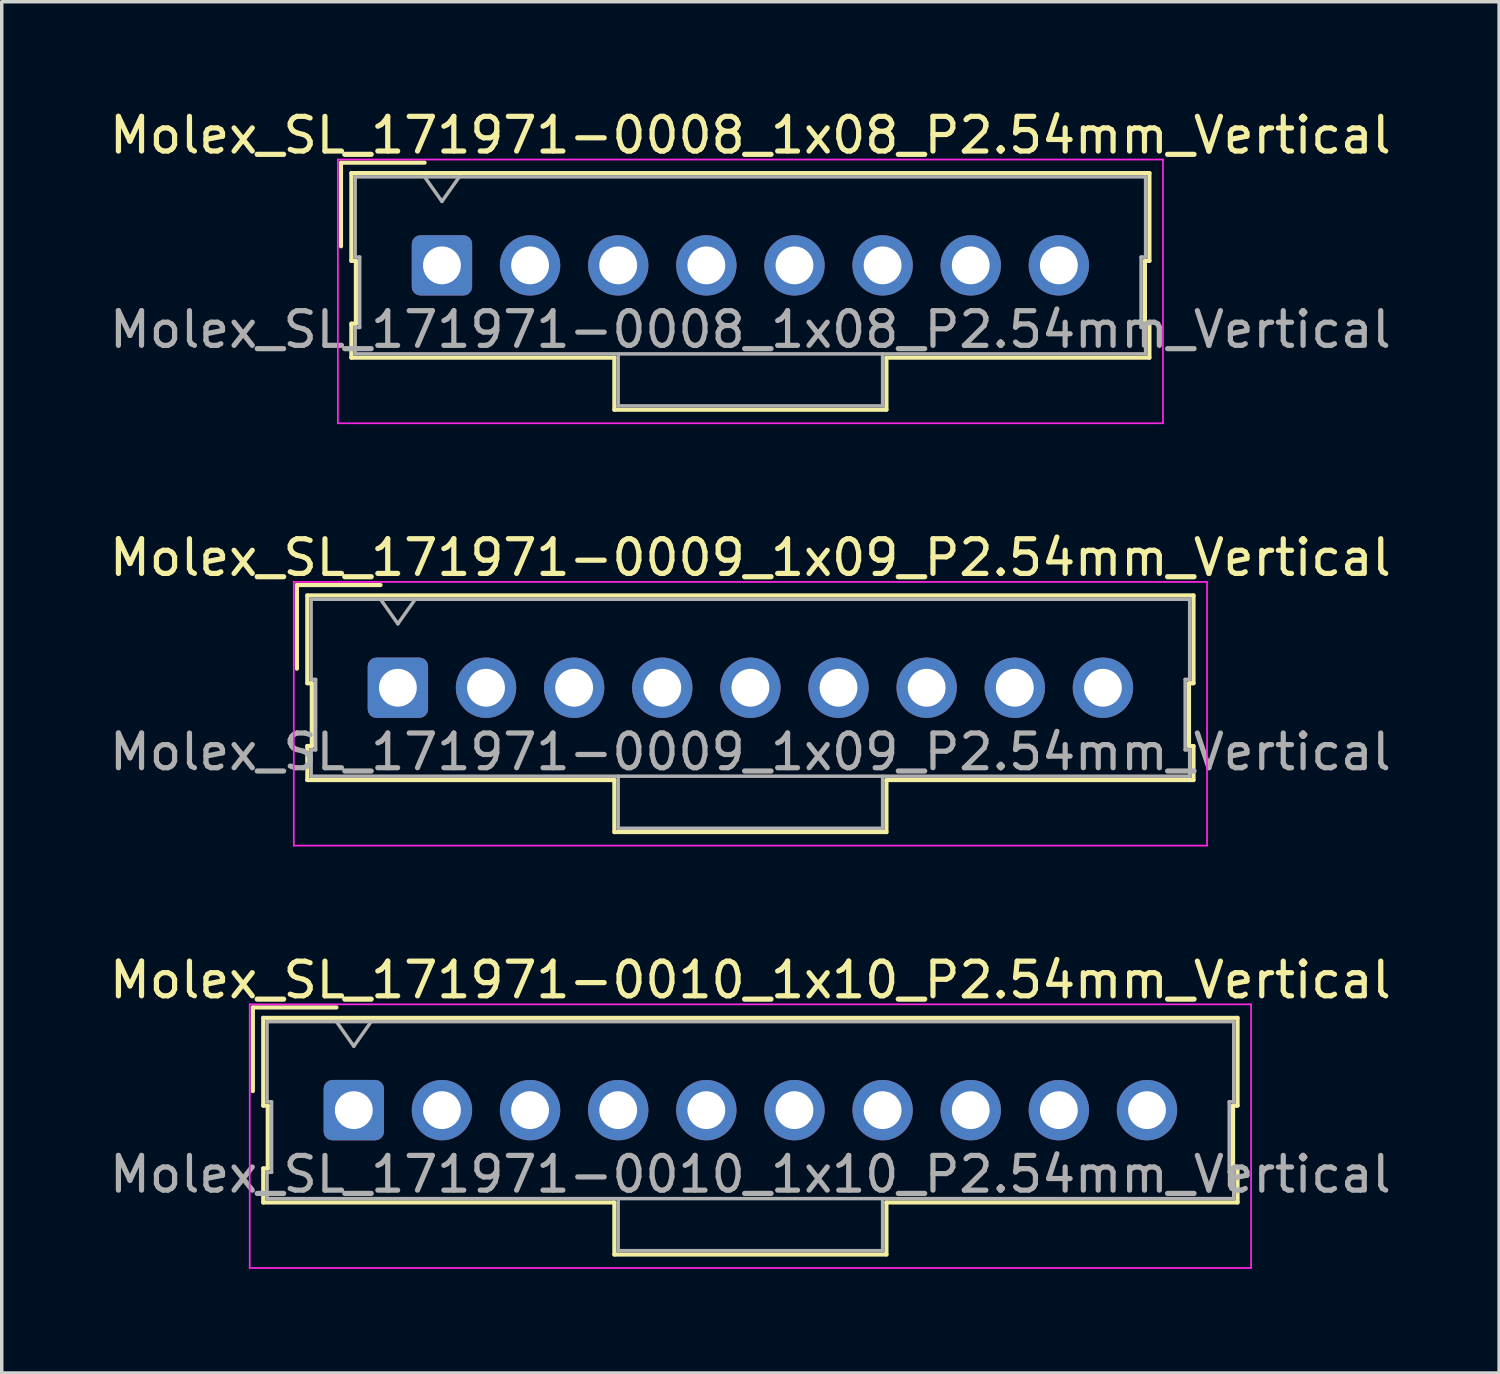
<source format=kicad_pcb>
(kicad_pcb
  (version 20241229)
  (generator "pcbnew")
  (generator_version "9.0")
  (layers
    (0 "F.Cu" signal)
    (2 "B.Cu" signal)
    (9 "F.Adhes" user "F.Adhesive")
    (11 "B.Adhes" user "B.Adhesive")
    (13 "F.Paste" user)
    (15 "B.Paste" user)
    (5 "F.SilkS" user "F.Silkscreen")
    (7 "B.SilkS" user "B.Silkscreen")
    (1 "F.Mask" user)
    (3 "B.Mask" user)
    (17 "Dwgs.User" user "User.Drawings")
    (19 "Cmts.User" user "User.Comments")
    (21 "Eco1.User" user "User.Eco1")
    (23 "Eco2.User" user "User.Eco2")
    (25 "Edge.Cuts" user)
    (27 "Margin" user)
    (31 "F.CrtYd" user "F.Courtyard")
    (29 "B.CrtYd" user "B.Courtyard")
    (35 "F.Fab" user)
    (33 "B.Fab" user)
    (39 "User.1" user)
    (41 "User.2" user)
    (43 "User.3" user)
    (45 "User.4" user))
  (footprint "Molex_SL_171971-0009_1x09_P2.54mm_Vertical"
    (layer "F.Cu")
    (at 8.417 16.771)
    (property "Reference" "Molex_SL_171971-0009_1x09_P2.54mm_Vertical" (at 10.16 -3.75 0) (layer "F.SilkS") (effects (font (size 1 1) (thickness 0.15))))
    (attr through_hole)
    (fp_line (start -2.91 -2.96) (end -0.5 -2.96) (stroke (width 0.12) (type solid)) (layer "F.SilkS"))
    (fp_line (start -2.91 -0.55) (end -2.91 -2.96) (stroke (width 0.12) (type solid)) (layer "F.SilkS"))
    (fp_line (start -2.61 -2.66) (end -2.61 -0.13) (stroke (width 0.12) (type solid)) (layer "F.SilkS"))
    (fp_line (start -2.61 -0.13) (end -2.48 -0.13) (stroke (width 0.12) (type solid)) (layer "F.SilkS"))
    (fp_line (start -2.61 1.68) (end -2.61 2.66) (stroke (width 0.12) (type solid)) (layer "F.SilkS"))
    (fp_line (start -2.61 2.66) (end 6.24 2.66) (stroke (width 0.12) (type solid)) (layer "F.SilkS"))
    (fp_line (start -2.48 -0.13) (end -2.48 1.68) (stroke (width 0.12) (type solid)) (layer "F.SilkS"))
    (fp_line (start -2.48 1.68) (end -2.61 1.68) (stroke (width 0.12) (type solid)) (layer "F.SilkS"))
    (fp_line (start 6.24 2.66) (end 6.24 4.16) (stroke (width 0.12) (type solid)) (layer "F.SilkS"))
    (fp_line (start 6.24 4.16) (end 14.08 4.16) (stroke (width 0.12) (type solid)) (layer "F.SilkS"))
    (fp_line (start 14.08 2.66) (end 22.93 2.66) (stroke (width 0.12) (type solid)) (layer "F.SilkS"))
    (fp_line (start 14.08 4.16) (end 14.08 2.66) (stroke (width 0.12) (type solid)) (layer "F.SilkS"))
    (fp_line (start 22.8 -0.13) (end 22.93 -0.13) (stroke (width 0.12) (type solid)) (layer "F.SilkS"))
    (fp_line (start 22.8 1.68) (end 22.8 -0.13) (stroke (width 0.12) (type solid)) (layer "F.SilkS"))
    (fp_line (start 22.93 -2.66) (end -2.61 -2.66) (stroke (width 0.12) (type solid)) (layer "F.SilkS"))
    (fp_line (start 22.93 -0.13) (end 22.93 -2.66) (stroke (width 0.12) (type solid)) (layer "F.SilkS"))
    (fp_line (start 22.93 1.68) (end 22.8 1.68) (stroke (width 0.12) (type solid)) (layer "F.SilkS"))
    (fp_line (start 22.93 2.66) (end 22.93 1.68) (stroke (width 0.12) (type solid)) (layer "F.SilkS"))
    (fp_line (start -3 -3.05) (end -3 4.55) (stroke (width 0.05) (type solid)) (layer "F.CrtYd"))
    (fp_line (start -3 4.55) (end 23.32 4.55) (stroke (width 0.05) (type solid)) (layer "F.CrtYd"))
    (fp_line (start 23.32 -3.05) (end -3 -3.05) (stroke (width 0.05) (type solid)) (layer "F.CrtYd"))
    (fp_line (start 23.32 4.55) (end 23.32 -3.05) (stroke (width 0.05) (type solid)) (layer "F.CrtYd"))
    (fp_line (start -2.5 -2.55) (end -2.5 -0.24) (stroke (width 0.1) (type solid)) (layer "F.Fab"))
    (fp_line (start -2.5 -0.24) (end -2.37 -0.24) (stroke (width 0.1) (type solid)) (layer "F.Fab"))
    (fp_line (start -2.5 1.79) (end -2.5 2.55) (stroke (width 0.1) (type solid)) (layer "F.Fab"))
    (fp_line (start -2.5 2.55) (end 22.82 2.55) (stroke (width 0.1) (type solid)) (layer "F.Fab"))
    (fp_line (start -2.37 -0.24) (end -2.37 1.79) (stroke (width 0.1) (type solid)) (layer "F.Fab"))
    (fp_line (start -2.37 1.79) (end -2.5 1.79) (stroke (width 0.1) (type solid)) (layer "F.Fab"))
    (fp_line (start 0 -1.843) (end -0.5 -2.55) (stroke (width 0.1) (type solid)) (layer "F.Fab"))
    (fp_line (start 0.5 -2.55) (end 0 -1.843) (stroke (width 0.1) (type solid)) (layer "F.Fab"))
    (fp_line (start 6.35 2.55) (end 6.35 4.05) (stroke (width 0.1) (type solid)) (layer "F.Fab"))
    (fp_line (start 6.35 4.05) (end 13.97 4.05) (stroke (width 0.1) (type solid)) (layer "F.Fab"))
    (fp_line (start 13.97 4.05) (end 13.97 2.55) (stroke (width 0.1) (type solid)) (layer "F.Fab"))
    (fp_line (start 22.69 -0.24) (end 22.82 -0.24) (stroke (width 0.1) (type solid)) (layer "F.Fab"))
    (fp_line (start 22.69 1.79) (end 22.69 -0.24) (stroke (width 0.1) (type solid)) (layer "F.Fab"))
    (fp_line (start 22.82 -2.55) (end -2.5 -2.55) (stroke (width 0.1) (type solid)) (layer "F.Fab"))
    (fp_line (start 22.82 -0.24) (end 22.82 -2.55) (stroke (width 0.1) (type solid)) (layer "F.Fab"))
    (fp_line (start 22.82 1.79) (end 22.69 1.79) (stroke (width 0.1) (type solid)) (layer "F.Fab"))
    (fp_line (start 22.82 2.55) (end 22.82 1.79) (stroke (width 0.1) (type solid)) (layer "F.Fab"))
    (fp_text user "${REFERENCE}" (at 10.16 1.85 0) (layer "F.Fab") (effects (font (size 1 1) (thickness 0.15))))
    (pad "1" thru_hole roundrect (at 0 0) (size 1.74 1.74) (drill 1.09) (layers "*.Cu" "*.Mask") (roundrect_rratio 0.144))
    (pad "2" thru_hole circle (at 2.54 0) (size 1.74 1.74) (drill 1.09) (layers "*.Cu" "*.Mask"))
    (pad "3" thru_hole circle (at 5.08 0) (size 1.74 1.74) (drill 1.09) (layers "*.Cu" "*.Mask"))
    (pad "4" thru_hole circle (at 7.62 0) (size 1.74 1.74) (drill 1.09) (layers "*.Cu" "*.Mask"))
    (pad "5" thru_hole circle (at 10.16 0) (size 1.74 1.74) (drill 1.09) (layers "*.Cu" "*.Mask"))
    (pad "6" thru_hole circle (at 12.7 0) (size 1.74 1.74) (drill 1.09) (layers "*.Cu" "*.Mask"))
    (pad "7" thru_hole circle (at 15.24 0) (size 1.74 1.74) (drill 1.09) (layers "*.Cu" "*.Mask"))
    (pad "8" thru_hole circle (at 17.78 0) (size 1.74 1.74) (drill 1.09) (layers "*.Cu" "*.Mask"))
    (pad "9" thru_hole circle (at 20.32 0) (size 1.74 1.74) (drill 1.09) (layers "*.Cu" "*.Mask")))
  (footprint "Molex_SL_171971-0008_1x08_P2.54mm_Vertical"
    (layer "F.Cu")
    (at 9.687 4.598)
    (property "Reference" "Molex_SL_171971-0008_1x08_P2.54mm_Vertical" (at 8.89 -3.75 0) (layer "F.SilkS") (effects (font (size 1 1) (thickness 0.15))))
    (attr through_hole)
    (fp_line (start -2.91 -2.96) (end -0.5 -2.96) (stroke (width 0.12) (type solid)) (layer "F.SilkS"))
    (fp_line (start -2.91 -0.55) (end -2.91 -2.96) (stroke (width 0.12) (type solid)) (layer "F.SilkS"))
    (fp_line (start -2.61 -2.66) (end -2.61 -0.13) (stroke (width 0.12) (type solid)) (layer "F.SilkS"))
    (fp_line (start -2.61 -0.13) (end -2.48 -0.13) (stroke (width 0.12) (type solid)) (layer "F.SilkS"))
    (fp_line (start -2.61 1.68) (end -2.61 2.66) (stroke (width 0.12) (type solid)) (layer "F.SilkS"))
    (fp_line (start -2.61 2.66) (end 4.97 2.66) (stroke (width 0.12) (type solid)) (layer "F.SilkS"))
    (fp_line (start -2.48 -0.13) (end -2.48 1.68) (stroke (width 0.12) (type solid)) (layer "F.SilkS"))
    (fp_line (start -2.48 1.68) (end -2.61 1.68) (stroke (width 0.12) (type solid)) (layer "F.SilkS"))
    (fp_line (start 4.97 2.66) (end 4.97 4.16) (stroke (width 0.12) (type solid)) (layer "F.SilkS"))
    (fp_line (start 4.97 4.16) (end 12.81 4.16) (stroke (width 0.12) (type solid)) (layer "F.SilkS"))
    (fp_line (start 12.81 2.66) (end 20.39 2.66) (stroke (width 0.12) (type solid)) (layer "F.SilkS"))
    (fp_line (start 12.81 4.16) (end 12.81 2.66) (stroke (width 0.12) (type solid)) (layer "F.SilkS"))
    (fp_line (start 20.26 -0.13) (end 20.39 -0.13) (stroke (width 0.12) (type solid)) (layer "F.SilkS"))
    (fp_line (start 20.26 1.68) (end 20.26 -0.13) (stroke (width 0.12) (type solid)) (layer "F.SilkS"))
    (fp_line (start 20.39 -2.66) (end -2.61 -2.66) (stroke (width 0.12) (type solid)) (layer "F.SilkS"))
    (fp_line (start 20.39 -0.13) (end 20.39 -2.66) (stroke (width 0.12) (type solid)) (layer "F.SilkS"))
    (fp_line (start 20.39 1.68) (end 20.26 1.68) (stroke (width 0.12) (type solid)) (layer "F.SilkS"))
    (fp_line (start 20.39 2.66) (end 20.39 1.68) (stroke (width 0.12) (type solid)) (layer "F.SilkS"))
    (fp_line (start -3 -3.05) (end -3 4.55) (stroke (width 0.05) (type solid)) (layer "F.CrtYd"))
    (fp_line (start -3 4.55) (end 20.78 4.55) (stroke (width 0.05) (type solid)) (layer "F.CrtYd"))
    (fp_line (start 20.78 -3.05) (end -3 -3.05) (stroke (width 0.05) (type solid)) (layer "F.CrtYd"))
    (fp_line (start 20.78 4.55) (end 20.78 -3.05) (stroke (width 0.05) (type solid)) (layer "F.CrtYd"))
    (fp_line (start -2.5 -2.55) (end -2.5 -0.24) (stroke (width 0.1) (type solid)) (layer "F.Fab"))
    (fp_line (start -2.5 -0.24) (end -2.37 -0.24) (stroke (width 0.1) (type solid)) (layer "F.Fab"))
    (fp_line (start -2.5 1.79) (end -2.5 2.55) (stroke (width 0.1) (type solid)) (layer "F.Fab"))
    (fp_line (start -2.5 2.55) (end 20.28 2.55) (stroke (width 0.1) (type solid)) (layer "F.Fab"))
    (fp_line (start -2.37 -0.24) (end -2.37 1.79) (stroke (width 0.1) (type solid)) (layer "F.Fab"))
    (fp_line (start -2.37 1.79) (end -2.5 1.79) (stroke (width 0.1) (type solid)) (layer "F.Fab"))
    (fp_line (start 0 -1.843) (end -0.5 -2.55) (stroke (width 0.1) (type solid)) (layer "F.Fab"))
    (fp_line (start 0.5 -2.55) (end 0 -1.843) (stroke (width 0.1) (type solid)) (layer "F.Fab"))
    (fp_line (start 5.08 2.55) (end 5.08 4.05) (stroke (width 0.1) (type solid)) (layer "F.Fab"))
    (fp_line (start 5.08 4.05) (end 12.7 4.05) (stroke (width 0.1) (type solid)) (layer "F.Fab"))
    (fp_line (start 12.7 4.05) (end 12.7 2.55) (stroke (width 0.1) (type solid)) (layer "F.Fab"))
    (fp_line (start 20.15 -0.24) (end 20.28 -0.24) (stroke (width 0.1) (type solid)) (layer "F.Fab"))
    (fp_line (start 20.15 1.79) (end 20.15 -0.24) (stroke (width 0.1) (type solid)) (layer "F.Fab"))
    (fp_line (start 20.28 -2.55) (end -2.5 -2.55) (stroke (width 0.1) (type solid)) (layer "F.Fab"))
    (fp_line (start 20.28 -0.24) (end 20.28 -2.55) (stroke (width 0.1) (type solid)) (layer "F.Fab"))
    (fp_line (start 20.28 1.79) (end 20.15 1.79) (stroke (width 0.1) (type solid)) (layer "F.Fab"))
    (fp_line (start 20.28 2.55) (end 20.28 1.79) (stroke (width 0.1) (type solid)) (layer "F.Fab"))
    (fp_text user "${REFERENCE}" (at 8.89 1.85 0) (layer "F.Fab") (effects (font (size 1 1) (thickness 0.15))))
    (pad "1" thru_hole roundrect (at 0 0) (size 1.74 1.74) (drill 1.09) (layers "*.Cu" "*.Mask") (roundrect_rratio 0.144))
    (pad "2" thru_hole circle (at 2.54 0) (size 1.74 1.74) (drill 1.09) (layers "*.Cu" "*.Mask"))
    (pad "3" thru_hole circle (at 5.08 0) (size 1.74 1.74) (drill 1.09) (layers "*.Cu" "*.Mask"))
    (pad "4" thru_hole circle (at 7.62 0) (size 1.74 1.74) (drill 1.09) (layers "*.Cu" "*.Mask"))
    (pad "5" thru_hole circle (at 10.16 0) (size 1.74 1.74) (drill 1.09) (layers "*.Cu" "*.Mask"))
    (pad "6" thru_hole circle (at 12.7 0) (size 1.74 1.74) (drill 1.09) (layers "*.Cu" "*.Mask"))
    (pad "7" thru_hole circle (at 15.24 0) (size 1.74 1.74) (drill 1.09) (layers "*.Cu" "*.Mask"))
    (pad "8" thru_hole circle (at 17.78 0) (size 1.74 1.74) (drill 1.09) (layers "*.Cu" "*.Mask")))
  (footprint "Molex_SL_171971-0010_1x10_P2.54mm_Vertical"
    (layer "F.Cu")
    (at 7.147 28.945)
    (property "Reference" "Molex_SL_171971-0010_1x10_P2.54mm_Vertical" (at 11.43 -3.75 0) (layer "F.SilkS") (effects (font (size 1 1) (thickness 0.15))))
    (attr through_hole)
    (fp_line (start -2.91 -2.96) (end -0.5 -2.96) (stroke (width 0.12) (type solid)) (layer "F.SilkS"))
    (fp_line (start -2.91 -0.55) (end -2.91 -2.96) (stroke (width 0.12) (type solid)) (layer "F.SilkS"))
    (fp_line (start -2.61 -2.66) (end -2.61 -0.13) (stroke (width 0.12) (type solid)) (layer "F.SilkS"))
    (fp_line (start -2.61 -0.13) (end -2.48 -0.13) (stroke (width 0.12) (type solid)) (layer "F.SilkS"))
    (fp_line (start -2.61 1.68) (end -2.61 2.66) (stroke (width 0.12) (type solid)) (layer "F.SilkS"))
    (fp_line (start -2.61 2.66) (end 7.51 2.66) (stroke (width 0.12) (type solid)) (layer "F.SilkS"))
    (fp_line (start -2.48 -0.13) (end -2.48 1.68) (stroke (width 0.12) (type solid)) (layer "F.SilkS"))
    (fp_line (start -2.48 1.68) (end -2.61 1.68) (stroke (width 0.12) (type solid)) (layer "F.SilkS"))
    (fp_line (start 7.51 2.66) (end 7.51 4.16) (stroke (width 0.12) (type solid)) (layer "F.SilkS"))
    (fp_line (start 7.51 4.16) (end 15.35 4.16) (stroke (width 0.12) (type solid)) (layer "F.SilkS"))
    (fp_line (start 15.35 2.66) (end 25.47 2.66) (stroke (width 0.12) (type solid)) (layer "F.SilkS"))
    (fp_line (start 15.35 4.16) (end 15.35 2.66) (stroke (width 0.12) (type solid)) (layer "F.SilkS"))
    (fp_line (start 25.34 -0.13) (end 25.47 -0.13) (stroke (width 0.12) (type solid)) (layer "F.SilkS"))
    (fp_line (start 25.34 1.68) (end 25.34 -0.13) (stroke (width 0.12) (type solid)) (layer "F.SilkS"))
    (fp_line (start 25.47 -2.66) (end -2.61 -2.66) (stroke (width 0.12) (type solid)) (layer "F.SilkS"))
    (fp_line (start 25.47 -0.13) (end 25.47 -2.66) (stroke (width 0.12) (type solid)) (layer "F.SilkS"))
    (fp_line (start 25.47 1.68) (end 25.34 1.68) (stroke (width 0.12) (type solid)) (layer "F.SilkS"))
    (fp_line (start 25.47 2.66) (end 25.47 1.68) (stroke (width 0.12) (type solid)) (layer "F.SilkS"))
    (fp_line (start -3 -3.05) (end -3 4.55) (stroke (width 0.05) (type solid)) (layer "F.CrtYd"))
    (fp_line (start -3 4.55) (end 25.86 4.55) (stroke (width 0.05) (type solid)) (layer "F.CrtYd"))
    (fp_line (start 25.86 -3.05) (end -3 -3.05) (stroke (width 0.05) (type solid)) (layer "F.CrtYd"))
    (fp_line (start 25.86 4.55) (end 25.86 -3.05) (stroke (width 0.05) (type solid)) (layer "F.CrtYd"))
    (fp_line (start -2.5 -2.55) (end -2.5 -0.24) (stroke (width 0.1) (type solid)) (layer "F.Fab"))
    (fp_line (start -2.5 -0.24) (end -2.37 -0.24) (stroke (width 0.1) (type solid)) (layer "F.Fab"))
    (fp_line (start -2.5 1.79) (end -2.5 2.55) (stroke (width 0.1) (type solid)) (layer "F.Fab"))
    (fp_line (start -2.5 2.55) (end 25.36 2.55) (stroke (width 0.1) (type solid)) (layer "F.Fab"))
    (fp_line (start -2.37 -0.24) (end -2.37 1.79) (stroke (width 0.1) (type solid)) (layer "F.Fab"))
    (fp_line (start -2.37 1.79) (end -2.5 1.79) (stroke (width 0.1) (type solid)) (layer "F.Fab"))
    (fp_line (start 0 -1.843) (end -0.5 -2.55) (stroke (width 0.1) (type solid)) (layer "F.Fab"))
    (fp_line (start 0.5 -2.55) (end 0 -1.843) (stroke (width 0.1) (type solid)) (layer "F.Fab"))
    (fp_line (start 7.62 2.55) (end 7.62 4.05) (stroke (width 0.1) (type solid)) (layer "F.Fab"))
    (fp_line (start 7.62 4.05) (end 15.24 4.05) (stroke (width 0.1) (type solid)) (layer "F.Fab"))
    (fp_line (start 15.24 4.05) (end 15.24 2.55) (stroke (width 0.1) (type solid)) (layer "F.Fab"))
    (fp_line (start 25.23 -0.24) (end 25.36 -0.24) (stroke (width 0.1) (type solid)) (layer "F.Fab"))
    (fp_line (start 25.23 1.79) (end 25.23 -0.24) (stroke (width 0.1) (type solid)) (layer "F.Fab"))
    (fp_line (start 25.36 -2.55) (end -2.5 -2.55) (stroke (width 0.1) (type solid)) (layer "F.Fab"))
    (fp_line (start 25.36 -0.24) (end 25.36 -2.55) (stroke (width 0.1) (type solid)) (layer "F.Fab"))
    (fp_line (start 25.36 1.79) (end 25.23 1.79) (stroke (width 0.1) (type solid)) (layer "F.Fab"))
    (fp_line (start 25.36 2.55) (end 25.36 1.79) (stroke (width 0.1) (type solid)) (layer "F.Fab"))
    (fp_text user "${REFERENCE}" (at 11.43 1.85 0) (layer "F.Fab") (effects (font (size 1 1) (thickness 0.15))))
    (pad "1" thru_hole roundrect (at 0 0) (size 1.74 1.74) (drill 1.09) (layers "*.Cu" "*.Mask") (roundrect_rratio 0.144))
    (pad "2" thru_hole circle (at 2.54 0) (size 1.74 1.74) (drill 1.09) (layers "*.Cu" "*.Mask"))
    (pad "3" thru_hole circle (at 5.08 0) (size 1.74 1.74) (drill 1.09) (layers "*.Cu" "*.Mask"))
    (pad "4" thru_hole circle (at 7.62 0) (size 1.74 1.74) (drill 1.09) (layers "*.Cu" "*.Mask"))
    (pad "5" thru_hole circle (at 10.16 0) (size 1.74 1.74) (drill 1.09) (layers "*.Cu" "*.Mask"))
    (pad "6" thru_hole circle (at 12.7 0) (size 1.74 1.74) (drill 1.09) (layers "*.Cu" "*.Mask"))
    (pad "7" thru_hole circle (at 15.24 0) (size 1.74 1.74) (drill 1.09) (layers "*.Cu" "*.Mask"))
    (pad "8" thru_hole circle (at 17.78 0) (size 1.74 1.74) (drill 1.09) (layers "*.Cu" "*.Mask"))
    (pad "9" thru_hole circle (at 20.32 0) (size 1.74 1.74) (drill 1.09) (layers "*.Cu" "*.Mask"))
    (pad "10" thru_hole circle (at 22.86 0) (size 1.74 1.74) (drill 1.09) (layers "*.Cu" "*.Mask")))
  (gr_rect
    (start -3 -3)
    (end 40.155 36.52)
    (stroke (width 0.1) (type default))
    (fill no)
    (layer "Edge.Cuts")))
</source>
